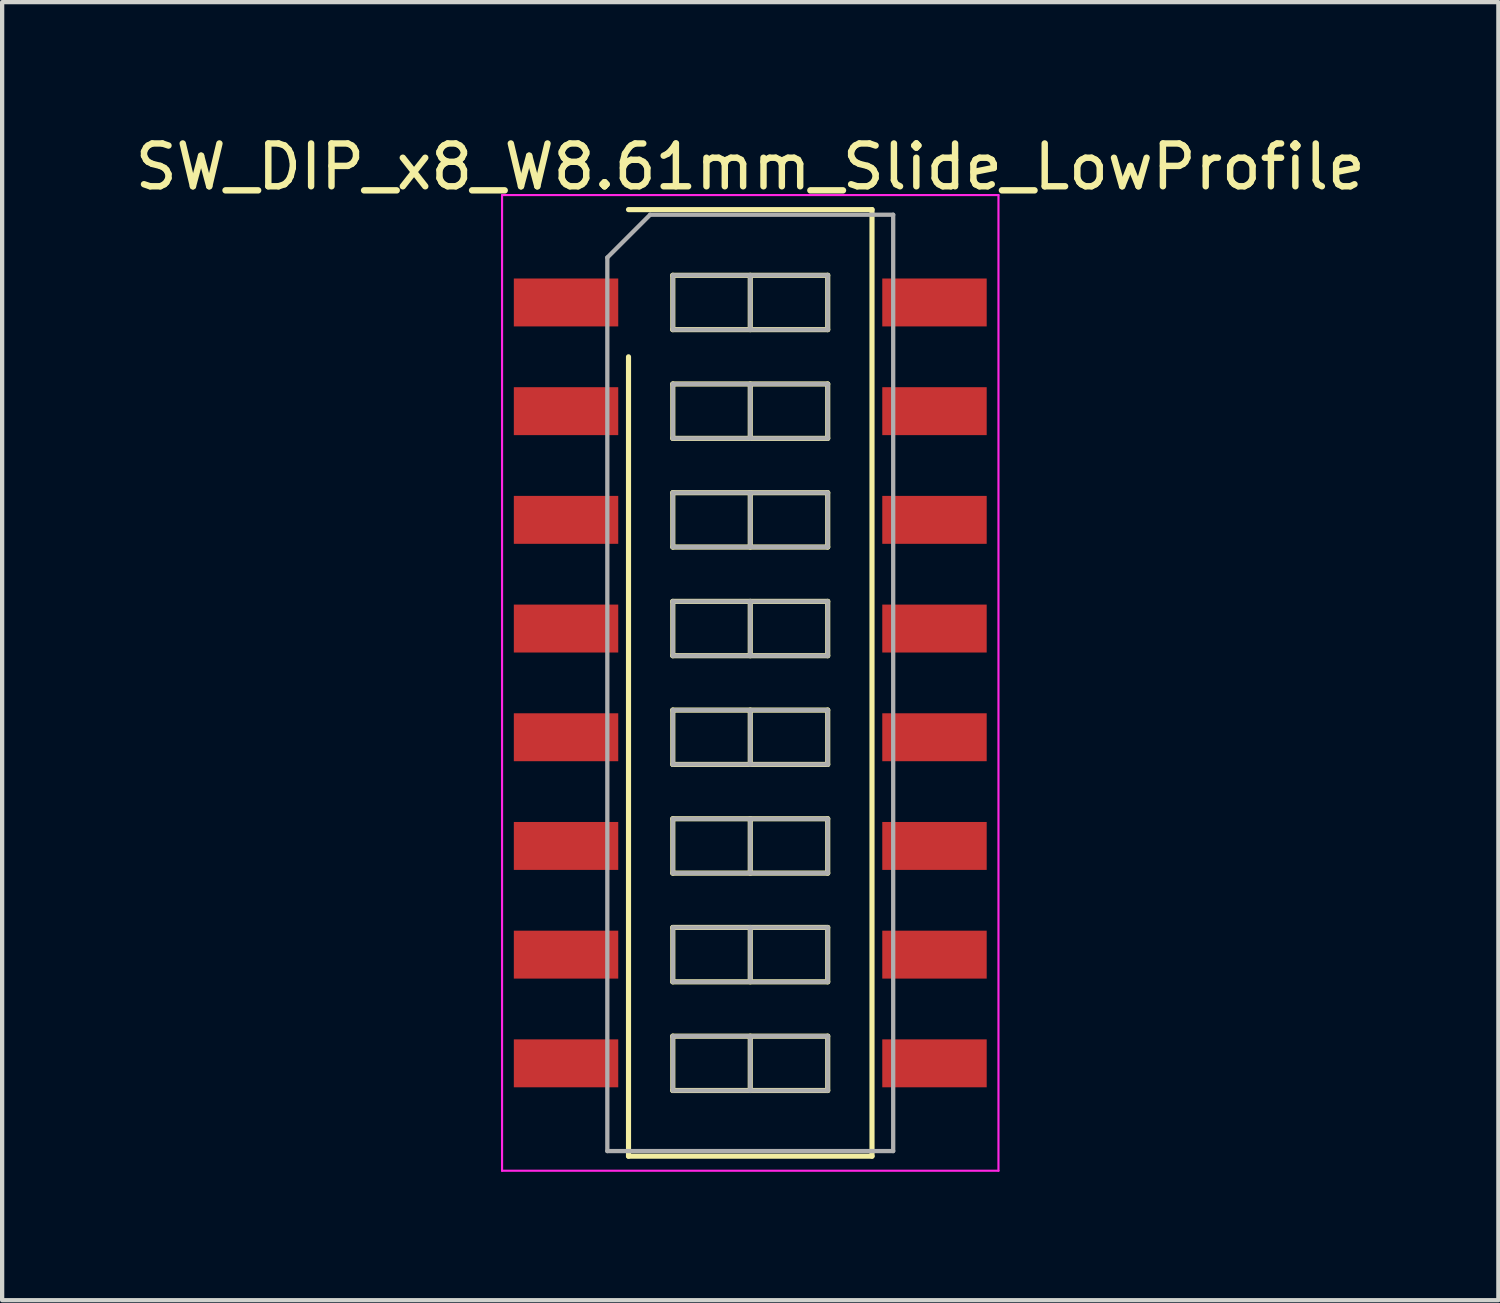
<source format=kicad_pcb>
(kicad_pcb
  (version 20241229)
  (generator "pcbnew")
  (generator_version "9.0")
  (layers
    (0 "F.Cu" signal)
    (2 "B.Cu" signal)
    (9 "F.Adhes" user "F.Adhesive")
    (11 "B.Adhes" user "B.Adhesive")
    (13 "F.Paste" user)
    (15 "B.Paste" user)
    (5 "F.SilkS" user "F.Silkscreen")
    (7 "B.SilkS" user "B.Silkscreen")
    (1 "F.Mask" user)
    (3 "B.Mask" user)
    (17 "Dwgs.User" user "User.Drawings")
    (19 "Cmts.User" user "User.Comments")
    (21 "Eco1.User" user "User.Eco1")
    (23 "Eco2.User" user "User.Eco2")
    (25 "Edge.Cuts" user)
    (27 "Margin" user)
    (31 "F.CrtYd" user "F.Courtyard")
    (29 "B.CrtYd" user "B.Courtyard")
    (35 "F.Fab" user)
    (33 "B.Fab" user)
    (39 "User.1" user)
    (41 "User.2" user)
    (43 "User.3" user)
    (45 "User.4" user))
  (footprint "SW_DIP_x8_W8.61mm_Slide_LowProfile"
    (layer "F.Cu")
    (at 14.482 12.908)
    (property "Reference" "SW_DIP_x8_W8.61mm_Slide_LowProfile" (at 0 -12.06 0) (layer "F.SilkS") (effects (font (size 1 1) (thickness 0.15))))
    (attr smd)
    (fp_line (start -2.845 -11.06) (end 2.845 -11.06) (stroke (width 0.12) (type solid)) (layer "F.SilkS"))
    (fp_line (start -2.845 11.06) (end -2.845 -7.62) (stroke (width 0.12) (type solid)) (layer "F.SilkS"))
    (fp_line (start -1.81 -9.525) (end -1.81 -8.255) (stroke (width 0.12) (type solid)) (layer "F.SilkS"))
    (fp_line (start -1.81 -8.255) (end 1.81 -8.255) (stroke (width 0.12) (type solid)) (layer "F.SilkS"))
    (fp_line (start -1.81 -6.985) (end -1.81 -5.715) (stroke (width 0.12) (type solid)) (layer "F.SilkS"))
    (fp_line (start -1.81 -5.715) (end 1.81 -5.715) (stroke (width 0.12) (type solid)) (layer "F.SilkS"))
    (fp_line (start -1.81 -4.445) (end -1.81 -3.175) (stroke (width 0.12) (type solid)) (layer "F.SilkS"))
    (fp_line (start -1.81 -3.175) (end 1.81 -3.175) (stroke (width 0.12) (type solid)) (layer "F.SilkS"))
    (fp_line (start -1.81 -1.905) (end -1.81 -0.635) (stroke (width 0.12) (type solid)) (layer "F.SilkS"))
    (fp_line (start -1.81 -0.635) (end 1.81 -0.635) (stroke (width 0.12) (type solid)) (layer "F.SilkS"))
    (fp_line (start -1.81 0.635) (end -1.81 1.905) (stroke (width 0.12) (type solid)) (layer "F.SilkS"))
    (fp_line (start -1.81 1.905) (end 1.81 1.905) (stroke (width 0.12) (type solid)) (layer "F.SilkS"))
    (fp_line (start -1.81 3.175) (end -1.81 4.445) (stroke (width 0.12) (type solid)) (layer "F.SilkS"))
    (fp_line (start -1.81 4.445) (end 1.81 4.445) (stroke (width 0.12) (type solid)) (layer "F.SilkS"))
    (fp_line (start -1.81 5.715) (end -1.81 6.985) (stroke (width 0.12) (type solid)) (layer "F.SilkS"))
    (fp_line (start -1.81 6.985) (end 1.81 6.985) (stroke (width 0.12) (type solid)) (layer "F.SilkS"))
    (fp_line (start -1.81 8.255) (end -1.81 9.525) (stroke (width 0.12) (type solid)) (layer "F.SilkS"))
    (fp_line (start -1.81 9.525) (end 1.81 9.525) (stroke (width 0.12) (type solid)) (layer "F.SilkS"))
    (fp_line (start 0 -9.525) (end 0 -8.255) (stroke (width 0.12) (type solid)) (layer "F.SilkS"))
    (fp_line (start 0 -6.985) (end 0 -5.715) (stroke (width 0.12) (type solid)) (layer "F.SilkS"))
    (fp_line (start 0 -4.445) (end 0 -3.175) (stroke (width 0.12) (type solid)) (layer "F.SilkS"))
    (fp_line (start 0 -1.905) (end 0 -0.635) (stroke (width 0.12) (type solid)) (layer "F.SilkS"))
    (fp_line (start 0 0.635) (end 0 1.905) (stroke (width 0.12) (type solid)) (layer "F.SilkS"))
    (fp_line (start 0 3.175) (end 0 4.445) (stroke (width 0.12) (type solid)) (layer "F.SilkS"))
    (fp_line (start 0 5.715) (end 0 6.985) (stroke (width 0.12) (type solid)) (layer "F.SilkS"))
    (fp_line (start 0 8.255) (end 0 9.525) (stroke (width 0.12) (type solid)) (layer "F.SilkS"))
    (fp_line (start 1.81 -9.525) (end -1.81 -9.525) (stroke (width 0.12) (type solid)) (layer "F.SilkS"))
    (fp_line (start 1.81 -8.255) (end 1.81 -9.525) (stroke (width 0.12) (type solid)) (layer "F.SilkS"))
    (fp_line (start 1.81 -6.985) (end -1.81 -6.985) (stroke (width 0.12) (type solid)) (layer "F.SilkS"))
    (fp_line (start 1.81 -5.715) (end 1.81 -6.985) (stroke (width 0.12) (type solid)) (layer "F.SilkS"))
    (fp_line (start 1.81 -4.445) (end -1.81 -4.445) (stroke (width 0.12) (type solid)) (layer "F.SilkS"))
    (fp_line (start 1.81 -3.175) (end 1.81 -4.445) (stroke (width 0.12) (type solid)) (layer "F.SilkS"))
    (fp_line (start 1.81 -1.905) (end -1.81 -1.905) (stroke (width 0.12) (type solid)) (layer "F.SilkS"))
    (fp_line (start 1.81 -0.635) (end 1.81 -1.905) (stroke (width 0.12) (type solid)) (layer "F.SilkS"))
    (fp_line (start 1.81 0.635) (end -1.81 0.635) (stroke (width 0.12) (type solid)) (layer "F.SilkS"))
    (fp_line (start 1.81 1.905) (end 1.81 0.635) (stroke (width 0.12) (type solid)) (layer "F.SilkS"))
    (fp_line (start 1.81 3.175) (end -1.81 3.175) (stroke (width 0.12) (type solid)) (layer "F.SilkS"))
    (fp_line (start 1.81 4.445) (end 1.81 3.175) (stroke (width 0.12) (type solid)) (layer "F.SilkS"))
    (fp_line (start 1.81 5.715) (end -1.81 5.715) (stroke (width 0.12) (type solid)) (layer "F.SilkS"))
    (fp_line (start 1.81 6.985) (end 1.81 5.715) (stroke (width 0.12) (type solid)) (layer "F.SilkS"))
    (fp_line (start 1.81 8.255) (end -1.81 8.255) (stroke (width 0.12) (type solid)) (layer "F.SilkS"))
    (fp_line (start 1.81 9.525) (end 1.81 8.255) (stroke (width 0.12) (type solid)) (layer "F.SilkS"))
    (fp_line (start 2.845 -11.06) (end 2.845 11.06) (stroke (width 0.12) (type solid)) (layer "F.SilkS"))
    (fp_line (start 2.845 11.06) (end -2.845 11.06) (stroke (width 0.12) (type solid)) (layer "F.SilkS"))
    (fp_line (start -5.8 -11.4) (end -5.8 11.4) (stroke (width 0.05) (type solid)) (layer "F.CrtYd"))
    (fp_line (start -5.8 11.4) (end 5.8 11.4) (stroke (width 0.05) (type solid)) (layer "F.CrtYd"))
    (fp_line (start 5.8 -11.4) (end -5.8 -11.4) (stroke (width 0.05) (type solid)) (layer "F.CrtYd"))
    (fp_line (start 5.8 11.4) (end 5.8 -11.4) (stroke (width 0.05) (type solid)) (layer "F.CrtYd"))
    (fp_line (start -3.34 -9.94) (end -2.34 -10.94) (stroke (width 0.1) (type solid)) (layer "F.Fab"))
    (fp_line (start -3.34 10.94) (end -3.34 -9.94) (stroke (width 0.1) (type solid)) (layer "F.Fab"))
    (fp_line (start -2.34 -10.94) (end 3.34 -10.94) (stroke (width 0.1) (type solid)) (layer "F.Fab"))
    (fp_line (start -1.81 -9.525) (end -1.81 -8.255) (stroke (width 0.1) (type solid)) (layer "F.Fab"))
    (fp_line (start -1.81 -8.255) (end 1.81 -8.255) (stroke (width 0.1) (type solid)) (layer "F.Fab"))
    (fp_line (start -1.81 -6.985) (end -1.81 -5.715) (stroke (width 0.1) (type solid)) (layer "F.Fab"))
    (fp_line (start -1.81 -5.715) (end 1.81 -5.715) (stroke (width 0.1) (type solid)) (layer "F.Fab"))
    (fp_line (start -1.81 -4.445) (end -1.81 -3.175) (stroke (width 0.1) (type solid)) (layer "F.Fab"))
    (fp_line (start -1.81 -3.175) (end 1.81 -3.175) (stroke (width 0.1) (type solid)) (layer "F.Fab"))
    (fp_line (start -1.81 -1.905) (end -1.81 -0.635) (stroke (width 0.1) (type solid)) (layer "F.Fab"))
    (fp_line (start -1.81 -0.635) (end 1.81 -0.635) (stroke (width 0.1) (type solid)) (layer "F.Fab"))
    (fp_line (start -1.81 0.635) (end -1.81 1.905) (stroke (width 0.1) (type solid)) (layer "F.Fab"))
    (fp_line (start -1.81 1.905) (end 1.81 1.905) (stroke (width 0.1) (type solid)) (layer "F.Fab"))
    (fp_line (start -1.81 3.175) (end -1.81 4.445) (stroke (width 0.1) (type solid)) (layer "F.Fab"))
    (fp_line (start -1.81 4.445) (end 1.81 4.445) (stroke (width 0.1) (type solid)) (layer "F.Fab"))
    (fp_line (start -1.81 5.715) (end -1.81 6.985) (stroke (width 0.1) (type solid)) (layer "F.Fab"))
    (fp_line (start -1.81 6.985) (end 1.81 6.985) (stroke (width 0.1) (type solid)) (layer "F.Fab"))
    (fp_line (start -1.81 8.255) (end -1.81 9.525) (stroke (width 0.1) (type solid)) (layer "F.Fab"))
    (fp_line (start -1.81 9.525) (end 1.81 9.525) (stroke (width 0.1) (type solid)) (layer "F.Fab"))
    (fp_line (start 0 -9.525) (end 0 -8.255) (stroke (width 0.1) (type solid)) (layer "F.Fab"))
    (fp_line (start 0 -6.985) (end 0 -5.715) (stroke (width 0.1) (type solid)) (layer "F.Fab"))
    (fp_line (start 0 -4.445) (end 0 -3.175) (stroke (width 0.1) (type solid)) (layer "F.Fab"))
    (fp_line (start 0 -1.905) (end 0 -0.635) (stroke (width 0.1) (type solid)) (layer "F.Fab"))
    (fp_line (start 0 0.635) (end 0 1.905) (stroke (width 0.1) (type solid)) (layer "F.Fab"))
    (fp_line (start 0 3.175) (end 0 4.445) (stroke (width 0.1) (type solid)) (layer "F.Fab"))
    (fp_line (start 0 5.715) (end 0 6.985) (stroke (width 0.1) (type solid)) (layer "F.Fab"))
    (fp_line (start 0 8.255) (end 0 9.525) (stroke (width 0.1) (type solid)) (layer "F.Fab"))
    (fp_line (start 1.81 -9.525) (end -1.81 -9.525) (stroke (width 0.1) (type solid)) (layer "F.Fab"))
    (fp_line (start 1.81 -8.255) (end 1.81 -9.525) (stroke (width 0.1) (type solid)) (layer "F.Fab"))
    (fp_line (start 1.81 -6.985) (end -1.81 -6.985) (stroke (width 0.1) (type solid)) (layer "F.Fab"))
    (fp_line (start 1.81 -5.715) (end 1.81 -6.985) (stroke (width 0.1) (type solid)) (layer "F.Fab"))
    (fp_line (start 1.81 -4.445) (end -1.81 -4.445) (stroke (width 0.1) (type solid)) (layer "F.Fab"))
    (fp_line (start 1.81 -3.175) (end 1.81 -4.445) (stroke (width 0.1) (type solid)) (layer "F.Fab"))
    (fp_line (start 1.81 -1.905) (end -1.81 -1.905) (stroke (width 0.1) (type solid)) (layer "F.Fab"))
    (fp_line (start 1.81 -0.635) (end 1.81 -1.905) (stroke (width 0.1) (type solid)) (layer "F.Fab"))
    (fp_line (start 1.81 0.635) (end -1.81 0.635) (stroke (width 0.1) (type solid)) (layer "F.Fab"))
    (fp_line (start 1.81 1.905) (end 1.81 0.635) (stroke (width 0.1) (type solid)) (layer "F.Fab"))
    (fp_line (start 1.81 3.175) (end -1.81 3.175) (stroke (width 0.1) (type solid)) (layer "F.Fab"))
    (fp_line (start 1.81 4.445) (end 1.81 3.175) (stroke (width 0.1) (type solid)) (layer "F.Fab"))
    (fp_line (start 1.81 5.715) (end -1.81 5.715) (stroke (width 0.1) (type solid)) (layer "F.Fab"))
    (fp_line (start 1.81 6.985) (end 1.81 5.715) (stroke (width 0.1) (type solid)) (layer "F.Fab"))
    (fp_line (start 1.81 8.255) (end -1.81 8.255) (stroke (width 0.1) (type solid)) (layer "F.Fab"))
    (fp_line (start 1.81 9.525) (end 1.81 8.255) (stroke (width 0.1) (type solid)) (layer "F.Fab"))
    (fp_line (start 3.34 -10.94) (end 3.34 10.94) (stroke (width 0.1) (type solid)) (layer "F.Fab"))
    (fp_line (start 3.34 10.94) (end -3.34 10.94) (stroke (width 0.1) (type solid)) (layer "F.Fab"))
    (pad "1" smd rect (at -4.305 -8.89) (size 2.44 1.12) (layers "F.Cu" "F.Mask"))
    (pad "2" smd rect (at -4.305 -6.35) (size 2.44 1.12) (layers "F.Cu" "F.Mask"))
    (pad "3" smd rect (at -4.305 -3.81) (size 2.44 1.12) (layers "F.Cu" "F.Mask"))
    (pad "4" smd rect (at -4.305 -1.27) (size 2.44 1.12) (layers "F.Cu" "F.Mask"))
    (pad "5" smd rect (at -4.305 1.27) (size 2.44 1.12) (layers "F.Cu" "F.Mask"))
    (pad "6" smd rect (at -4.305 3.81) (size 2.44 1.12) (layers "F.Cu" "F.Mask"))
    (pad "7" smd rect (at -4.305 6.35) (size 2.44 1.12) (layers "F.Cu" "F.Mask"))
    (pad "8" smd rect (at -4.305 8.89) (size 2.44 1.12) (layers "F.Cu" "F.Mask"))
    (pad "9" smd rect (at 4.305 8.89) (size 2.44 1.12) (layers "F.Cu" "F.Mask"))
    (pad "10" smd rect (at 4.305 6.35) (size 2.44 1.12) (layers "F.Cu" "F.Mask"))
    (pad "11" smd rect (at 4.305 3.81) (size 2.44 1.12) (layers "F.Cu" "F.Mask"))
    (pad "12" smd rect (at 4.305 1.27) (size 2.44 1.12) (layers "F.Cu" "F.Mask"))
    (pad "13" smd rect (at 4.305 -1.27) (size 2.44 1.12) (layers "F.Cu" "F.Mask"))
    (pad "14" smd rect (at 4.305 -3.81) (size 2.44 1.12) (layers "F.Cu" "F.Mask"))
    (pad "15" smd rect (at 4.305 -6.35) (size 2.44 1.12) (layers "F.Cu" "F.Mask"))
    (pad "16" smd rect (at 4.305 -8.89) (size 2.44 1.12) (layers "F.Cu" "F.Mask")))
  (gr_rect
    (start -3 -3)
    (end 31.964 27.333)
    (stroke (width 0.1) (type default))
    (fill no)
    (layer "Edge.Cuts")))
</source>
